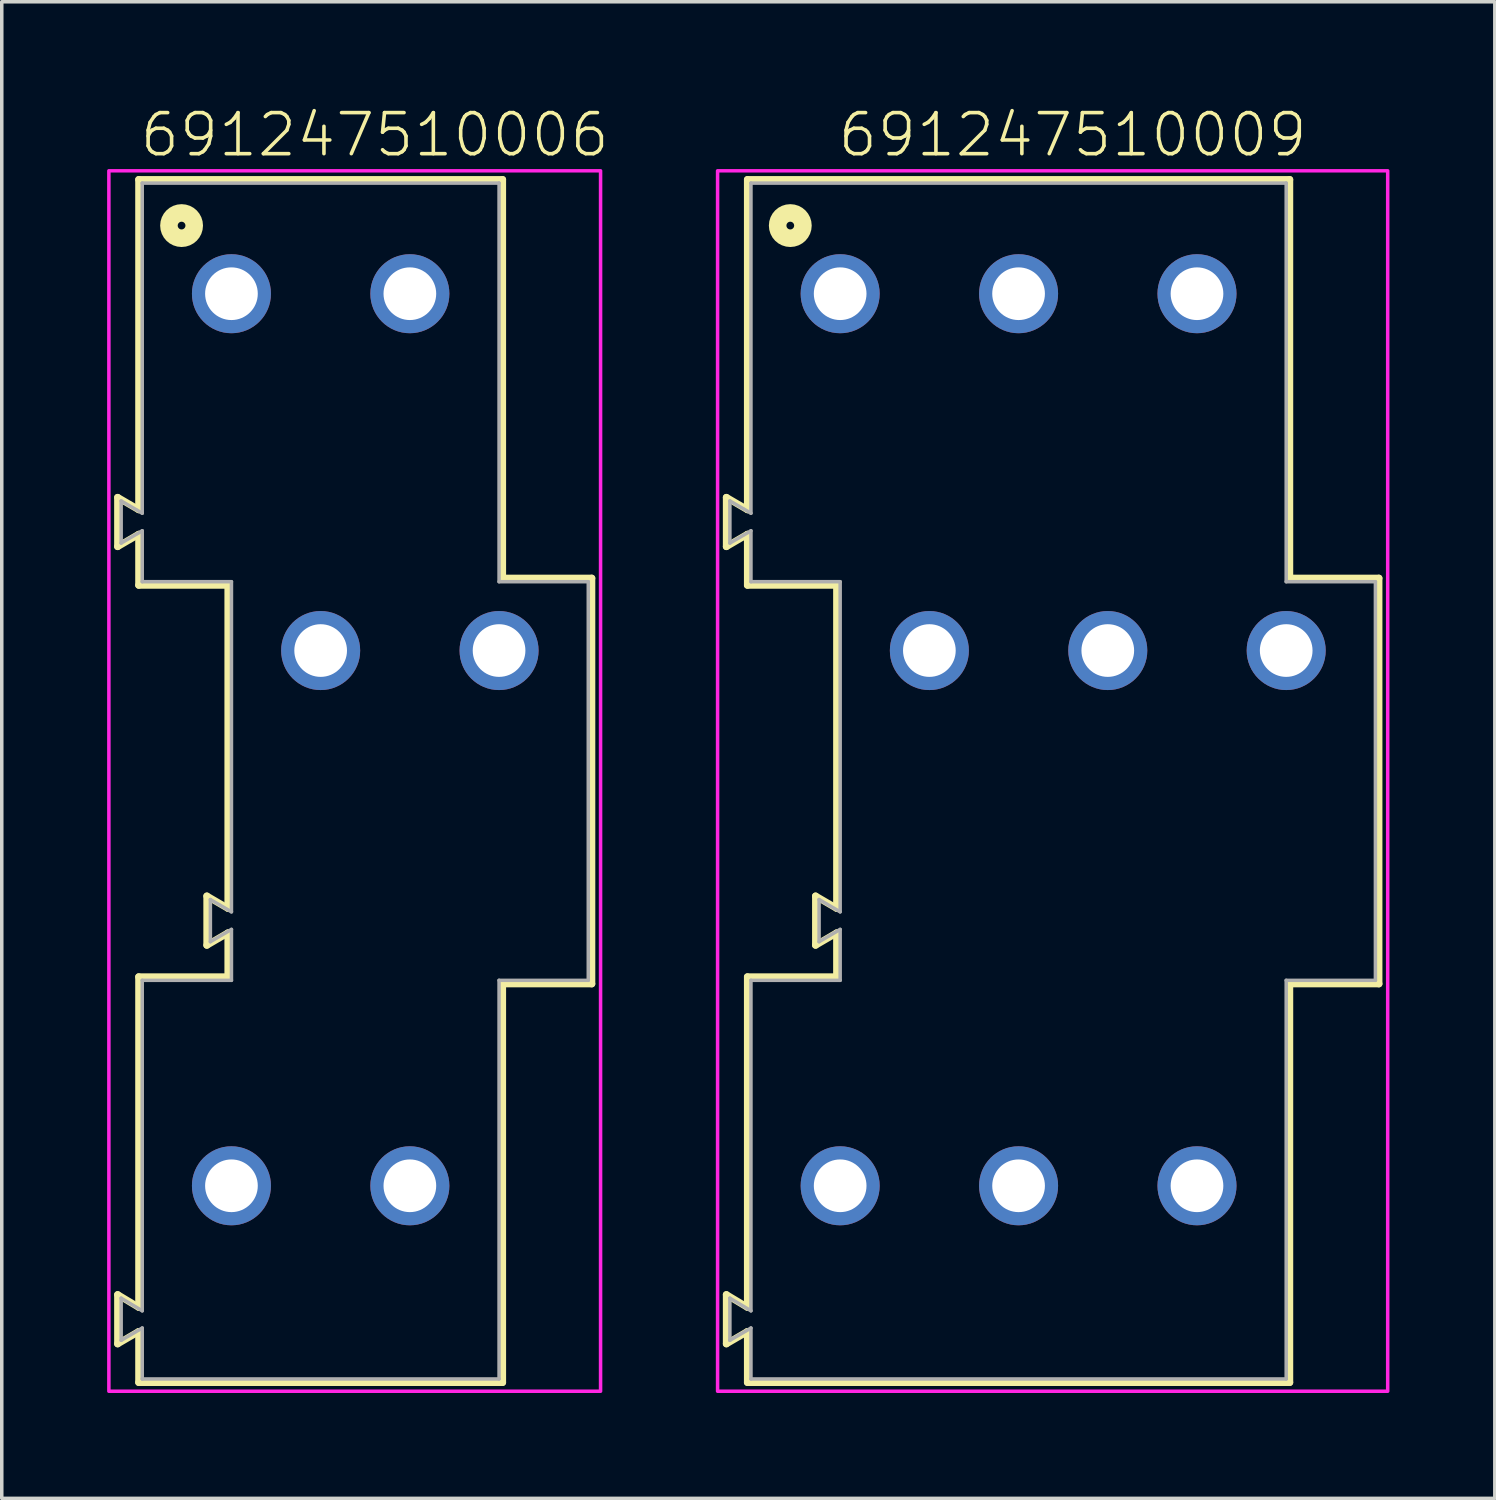
<source format=kicad_pcb>
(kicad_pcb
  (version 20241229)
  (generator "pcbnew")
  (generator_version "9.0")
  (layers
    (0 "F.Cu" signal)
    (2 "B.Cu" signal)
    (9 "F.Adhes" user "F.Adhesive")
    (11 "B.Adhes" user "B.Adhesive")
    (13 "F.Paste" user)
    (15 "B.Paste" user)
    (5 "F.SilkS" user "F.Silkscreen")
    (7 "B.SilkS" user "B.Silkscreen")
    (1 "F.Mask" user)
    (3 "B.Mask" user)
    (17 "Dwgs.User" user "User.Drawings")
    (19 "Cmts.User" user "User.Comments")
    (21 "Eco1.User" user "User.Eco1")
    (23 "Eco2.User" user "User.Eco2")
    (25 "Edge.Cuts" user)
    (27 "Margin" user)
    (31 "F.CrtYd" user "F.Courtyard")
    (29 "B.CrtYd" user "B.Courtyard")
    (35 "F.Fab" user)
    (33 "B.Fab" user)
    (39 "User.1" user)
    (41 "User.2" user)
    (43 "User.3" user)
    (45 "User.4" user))
  (footprint "691247510006"
    (layer "F.Cu")
    (at 8.62 15.473)
    (property "Reference" "691247510006" (at -1 -14 0) (unlocked yes) (layer "F.SilkS") (effects (font (size 1.168 1.168) (thickness 0.102)) (justify bottom)))
    (fp_line (start -8.32 -4.36) (end -7.72 -4.01) (stroke (width 0.2) (type solid)) (layer "F.SilkS"))
    (fp_line (start -8.32 -2.96) (end -8.32 -4.36) (stroke (width 0.2) (type solid)) (layer "F.SilkS"))
    (fp_line (start -8.32 18.34) (end -7.72 18.7) (stroke (width 0.2) (type solid)) (layer "F.SilkS"))
    (fp_line (start -8.32 19.74) (end -8.32 18.34) (stroke (width 0.2) (type solid)) (layer "F.SilkS"))
    (fp_line (start -7.72 -13.41) (end 2.64 -13.41) (stroke (width 0.2) (type solid)) (layer "F.SilkS"))
    (fp_line (start -7.72 -4.01) (end -7.72 -13.41) (stroke (width 0.2) (type solid)) (layer "F.SilkS"))
    (fp_line (start -7.72 -3.31) (end -8.32 -2.96) (stroke (width 0.2) (type solid)) (layer "F.SilkS"))
    (fp_line (start -7.72 -1.86) (end -7.72 -3.31) (stroke (width 0.2) (type solid)) (layer "F.SilkS"))
    (fp_line (start -7.72 9.29) (end -5.18 9.29) (stroke (width 0.2) (type solid)) (layer "F.SilkS"))
    (fp_line (start -7.72 18.7) (end -7.72 9.29) (stroke (width 0.2) (type solid)) (layer "F.SilkS"))
    (fp_line (start -7.72 19.39) (end -8.32 19.74) (stroke (width 0.2) (type solid)) (layer "F.SilkS"))
    (fp_line (start -7.72 20.84) (end -7.72 19.39) (stroke (width 0.2) (type solid)) (layer "F.SilkS"))
    (fp_line (start -5.78 6.99) (end -5.18 7.34) (stroke (width 0.2) (type solid)) (layer "F.SilkS"))
    (fp_line (start -5.78 8.39) (end -5.78 6.99) (stroke (width 0.2) (type solid)) (layer "F.SilkS"))
    (fp_line (start -5.18 -1.86) (end -7.72 -1.86) (stroke (width 0.2) (type solid)) (layer "F.SilkS"))
    (fp_line (start -5.18 7.34) (end -5.18 -1.86) (stroke (width 0.2) (type solid)) (layer "F.SilkS"))
    (fp_line (start -5.18 8.04) (end -5.78 8.39) (stroke (width 0.2) (type solid)) (layer "F.SilkS"))
    (fp_line (start -5.18 9.29) (end -5.18 8.04) (stroke (width 0.2) (type solid)) (layer "F.SilkS"))
    (fp_line (start 2.64 -13.41) (end 2.64 -2.06) (stroke (width 0.2) (type solid)) (layer "F.SilkS"))
    (fp_line (start 2.64 -2.06) (end 5.18 -2.06) (stroke (width 0.2) (type solid)) (layer "F.SilkS"))
    (fp_line (start 2.64 9.49) (end 2.64 20.84) (stroke (width 0.2) (type solid)) (layer "F.SilkS"))
    (fp_line (start 2.64 20.84) (end -7.72 20.84) (stroke (width 0.2) (type solid)) (layer "F.SilkS"))
    (fp_line (start 5.18 -2.06) (end 5.18 9.49) (stroke (width 0.2) (type solid)) (layer "F.SilkS"))
    (fp_line (start 5.18 9.49) (end 2.64 9.49) (stroke (width 0.2) (type solid)) (layer "F.SilkS"))
    (fp_circle (center -6.5 -12.1) (end -6.39 -12.1) (stroke (width 0.5) (type solid)) (fill no) (layer "F.SilkS"))
    (fp_poly (pts (xy 5.43 21.09) (xy -8.57 21.09) (xy -8.57 -13.66) (xy 5.43 -13.66)) (stroke (width 0.1) (type default)) (fill no) (layer "F.CrtYd"))
    (fp_line (start -8.22 -4.26) (end -8.22 -3.06) (stroke (width 0.1) (type solid)) (layer "F.Fab"))
    (fp_line (start -8.22 -4.26) (end -7.62 -3.91) (stroke (width 0.1) (type solid)) (layer "F.Fab"))
    (fp_line (start -8.22 -3.06) (end -7.62 -3.41) (stroke (width 0.1) (type solid)) (layer "F.Fab"))
    (fp_line (start -8.22 18.44) (end -7.62 18.8) (stroke (width 0.1) (type solid)) (layer "F.Fab"))
    (fp_line (start -8.22 19.64) (end -8.22 18.44) (stroke (width 0.1) (type solid)) (layer "F.Fab"))
    (fp_line (start -8.22 19.64) (end -7.62 19.29) (stroke (width 0.1) (type solid)) (layer "F.Fab"))
    (fp_line (start -7.62 -13.31) (end -7.62 -3.91) (stroke (width 0.1) (type solid)) (layer "F.Fab"))
    (fp_line (start -7.62 -3.41) (end -7.62 -1.96) (stroke (width 0.1) (type solid)) (layer "F.Fab"))
    (fp_line (start -7.62 -1.96) (end -5.08 -1.96) (stroke (width 0.1) (type solid)) (layer "F.Fab"))
    (fp_line (start -7.62 9.39) (end -5.08 9.39) (stroke (width 0.1) (type solid)) (layer "F.Fab"))
    (fp_line (start -7.62 18.8) (end -7.62 9.39) (stroke (width 0.1) (type solid)) (layer "F.Fab"))
    (fp_line (start -7.62 20.74) (end -7.62 19.29) (stroke (width 0.1) (type solid)) (layer "F.Fab"))
    (fp_line (start -5.68 7.09) (end -5.68 8.29) (stroke (width 0.1) (type solid)) (layer "F.Fab"))
    (fp_line (start -5.68 7.09) (end -5.08 7.44) (stroke (width 0.1) (type solid)) (layer "F.Fab"))
    (fp_line (start -5.68 8.29) (end -5.08 7.94) (stroke (width 0.1) (type solid)) (layer "F.Fab"))
    (fp_line (start -5.08 7.44) (end -5.08 -1.96) (stroke (width 0.1) (type solid)) (layer "F.Fab"))
    (fp_line (start -5.08 9.39) (end -5.08 7.94) (stroke (width 0.1) (type solid)) (layer "F.Fab"))
    (fp_line (start 2.54 -13.31) (end -7.62 -13.31) (stroke (width 0.1) (type solid)) (layer "F.Fab"))
    (fp_line (start 2.54 -1.96) (end 2.54 -13.31) (stroke (width 0.1) (type solid)) (layer "F.Fab"))
    (fp_line (start 2.54 9.39) (end 2.54 20.74) (stroke (width 0.1) (type solid)) (layer "F.Fab"))
    (fp_line (start 2.54 20.74) (end -7.62 20.74) (stroke (width 0.1) (type solid)) (layer "F.Fab"))
    (fp_line (start 5.08 -1.96) (end 2.54 -1.96) (stroke (width 0.1) (type solid)) (layer "F.Fab"))
    (fp_line (start 5.08 -1.96) (end 5.08 9.39) (stroke (width 0.1) (type solid)) (layer "F.Fab"))
    (fp_line (start 5.08 9.39) (end 2.54 9.39) (stroke (width 0.1) (type solid)) (layer "F.Fab"))
    (pad "1" thru_hole circle (at -5.08 -10.16) (size 2.25 2.25) (drill 1.5) (layers "*.Cu" "*.Mask"))
    (pad "2" thru_hole circle (at 0 -10.16) (size 2.25 2.25) (drill 1.5) (layers "*.Cu" "*.Mask"))
    (pad "3" thru_hole circle (at -2.54 0) (size 2.25 2.25) (drill 1.5) (layers "*.Cu" "*.Mask"))
    (pad "4" thru_hole circle (at 2.54 0) (size 2.25 2.25) (drill 1.5) (layers "*.Cu" "*.Mask"))
    (pad "5" thru_hole circle (at -5.08 15.24) (size 2.25 2.25) (drill 1.5) (layers "*.Cu" "*.Mask"))
    (pad "6" thru_hole circle (at 0 15.24) (size 2.25 2.25) (drill 1.5) (layers "*.Cu" "*.Mask")))
  (footprint "691247510009"
    (layer "F.Cu")
    (at 28.492 15.473)
    (property "Reference" "691247510009" (at -1 -14 0) (unlocked yes) (layer "F.SilkS") (effects (font (size 1.168 1.168) (thickness 0.102)) (justify bottom)))
    (fp_line (start -10.86 -4.36) (end -10.26 -4.01) (stroke (width 0.2) (type solid)) (layer "F.SilkS"))
    (fp_line (start -10.86 -2.96) (end -10.86 -4.36) (stroke (width 0.2) (type solid)) (layer "F.SilkS"))
    (fp_line (start -10.86 18.34) (end -10.26 18.7) (stroke (width 0.2) (type solid)) (layer "F.SilkS"))
    (fp_line (start -10.86 19.74) (end -10.86 18.34) (stroke (width 0.2) (type solid)) (layer "F.SilkS"))
    (fp_line (start -10.26 -13.41) (end 5.18 -13.41) (stroke (width 0.2) (type solid)) (layer "F.SilkS"))
    (fp_line (start -10.26 -4.01) (end -10.26 -13.41) (stroke (width 0.2) (type solid)) (layer "F.SilkS"))
    (fp_line (start -10.26 -3.31) (end -10.86 -2.96) (stroke (width 0.2) (type solid)) (layer "F.SilkS"))
    (fp_line (start -10.26 -1.86) (end -10.26 -3.31) (stroke (width 0.2) (type solid)) (layer "F.SilkS"))
    (fp_line (start -10.26 9.29) (end -7.72 9.29) (stroke (width 0.2) (type solid)) (layer "F.SilkS"))
    (fp_line (start -10.26 18.7) (end -10.26 9.29) (stroke (width 0.2) (type solid)) (layer "F.SilkS"))
    (fp_line (start -10.26 19.39) (end -10.86 19.74) (stroke (width 0.2) (type solid)) (layer "F.SilkS"))
    (fp_line (start -10.26 20.84) (end -10.26 19.39) (stroke (width 0.2) (type solid)) (layer "F.SilkS"))
    (fp_line (start -8.32 6.99) (end -7.72 7.34) (stroke (width 0.2) (type solid)) (layer "F.SilkS"))
    (fp_line (start -8.32 8.39) (end -8.32 6.99) (stroke (width 0.2) (type solid)) (layer "F.SilkS"))
    (fp_line (start -7.72 -1.86) (end -10.26 -1.86) (stroke (width 0.2) (type solid)) (layer "F.SilkS"))
    (fp_line (start -7.72 7.34) (end -7.72 -1.86) (stroke (width 0.2) (type solid)) (layer "F.SilkS"))
    (fp_line (start -7.72 8.04) (end -8.32 8.39) (stroke (width 0.2) (type solid)) (layer "F.SilkS"))
    (fp_line (start -7.72 9.29) (end -7.72 8.04) (stroke (width 0.2) (type solid)) (layer "F.SilkS"))
    (fp_line (start 5.18 -13.41) (end 5.18 -2.06) (stroke (width 0.2) (type solid)) (layer "F.SilkS"))
    (fp_line (start 5.18 -2.06) (end 7.72 -2.06) (stroke (width 0.2) (type solid)) (layer "F.SilkS"))
    (fp_line (start 5.18 9.49) (end 5.18 20.84) (stroke (width 0.2) (type solid)) (layer "F.SilkS"))
    (fp_line (start 5.18 20.84) (end -10.26 20.84) (stroke (width 0.2) (type solid)) (layer "F.SilkS"))
    (fp_line (start 7.72 -2.06) (end 7.72 9.49) (stroke (width 0.2) (type solid)) (layer "F.SilkS"))
    (fp_line (start 7.72 9.49) (end 5.18 9.49) (stroke (width 0.2) (type solid)) (layer "F.SilkS"))
    (fp_circle (center -9.04 -12.1) (end -8.93 -12.1) (stroke (width 0.5) (type solid)) (fill no) (layer "F.SilkS"))
    (fp_poly (pts (xy 7.97 21.09) (xy -11.11 21.09) (xy -11.11 -13.66) (xy 7.97 -13.66)) (stroke (width 0.1) (type default)) (fill no) (layer "F.CrtYd"))
    (fp_line (start -10.76 -4.26) (end -10.76 -3.06) (stroke (width 0.1) (type solid)) (layer "F.Fab"))
    (fp_line (start -10.76 -4.26) (end -10.16 -3.91) (stroke (width 0.1) (type solid)) (layer "F.Fab"))
    (fp_line (start -10.76 -3.06) (end -10.16 -3.41) (stroke (width 0.1) (type solid)) (layer "F.Fab"))
    (fp_line (start -10.76 18.44) (end -10.16 18.8) (stroke (width 0.1) (type solid)) (layer "F.Fab"))
    (fp_line (start -10.76 19.64) (end -10.76 18.44) (stroke (width 0.1) (type solid)) (layer "F.Fab"))
    (fp_line (start -10.76 19.64) (end -10.16 19.29) (stroke (width 0.1) (type solid)) (layer "F.Fab"))
    (fp_line (start -10.16 -13.31) (end -10.16 -3.91) (stroke (width 0.1) (type solid)) (layer "F.Fab"))
    (fp_line (start -10.16 -3.41) (end -10.16 -1.96) (stroke (width 0.1) (type solid)) (layer "F.Fab"))
    (fp_line (start -10.16 -1.96) (end -7.62 -1.96) (stroke (width 0.1) (type solid)) (layer "F.Fab"))
    (fp_line (start -10.16 9.39) (end -7.62 9.39) (stroke (width 0.1) (type solid)) (layer "F.Fab"))
    (fp_line (start -10.16 18.8) (end -10.16 9.39) (stroke (width 0.1) (type solid)) (layer "F.Fab"))
    (fp_line (start -10.16 20.74) (end -10.16 19.29) (stroke (width 0.1) (type solid)) (layer "F.Fab"))
    (fp_line (start -8.22 7.09) (end -8.22 8.29) (stroke (width 0.1) (type solid)) (layer "F.Fab"))
    (fp_line (start -8.22 7.09) (end -7.62 7.44) (stroke (width 0.1) (type solid)) (layer "F.Fab"))
    (fp_line (start -8.22 8.29) (end -7.62 7.94) (stroke (width 0.1) (type solid)) (layer "F.Fab"))
    (fp_line (start -7.62 7.44) (end -7.62 -1.96) (stroke (width 0.1) (type solid)) (layer "F.Fab"))
    (fp_line (start -7.62 9.39) (end -7.62 7.94) (stroke (width 0.1) (type solid)) (layer "F.Fab"))
    (fp_line (start 5.08 -13.31) (end -10.16 -13.31) (stroke (width 0.1) (type solid)) (layer "F.Fab"))
    (fp_line (start 5.08 -1.96) (end 5.08 -13.31) (stroke (width 0.1) (type solid)) (layer "F.Fab"))
    (fp_line (start 5.08 9.39) (end 5.08 20.74) (stroke (width 0.1) (type solid)) (layer "F.Fab"))
    (fp_line (start 5.08 20.74) (end -10.16 20.74) (stroke (width 0.1) (type solid)) (layer "F.Fab"))
    (fp_line (start 7.62 -1.96) (end 5.08 -1.96) (stroke (width 0.1) (type solid)) (layer "F.Fab"))
    (fp_line (start 7.62 -1.96) (end 7.62 9.39) (stroke (width 0.1) (type solid)) (layer "F.Fab"))
    (fp_line (start 7.62 9.39) (end 5.08 9.39) (stroke (width 0.1) (type solid)) (layer "F.Fab"))
    (pad "1" thru_hole circle (at -7.62 -10.16) (size 2.25 2.25) (drill 1.5) (layers "*.Cu" "*.Mask"))
    (pad "2" thru_hole circle (at -2.54 -10.16) (size 2.25 2.25) (drill 1.5) (layers "*.Cu" "*.Mask"))
    (pad "3" thru_hole circle (at 2.54 -10.16) (size 2.25 2.25) (drill 1.5) (layers "*.Cu" "*.Mask"))
    (pad "4" thru_hole circle (at -5.08 0) (size 2.25 2.25) (drill 1.5) (layers "*.Cu" "*.Mask"))
    (pad "5" thru_hole circle (at 0 0) (size 2.25 2.25) (drill 1.5) (layers "*.Cu" "*.Mask"))
    (pad "6" thru_hole circle (at 5.08 0) (size 2.25 2.25) (drill 1.5) (layers "*.Cu" "*.Mask"))
    (pad "7" thru_hole circle (at -7.62 15.24) (size 2.25 2.25) (drill 1.5) (layers "*.Cu" "*.Mask"))
    (pad "8" thru_hole circle (at -2.54 15.24) (size 2.25 2.25) (drill 1.5) (layers "*.Cu" "*.Mask"))
    (pad "9" thru_hole circle (at 2.54 15.24) (size 2.25 2.25) (drill 1.5) (layers "*.Cu" "*.Mask")))
  (gr_rect
    (start -3 -3)
    (end 39.512 39.613)
    (stroke (width 0.1) (type default))
    (fill no)
    (layer "Edge.Cuts")))
</source>
